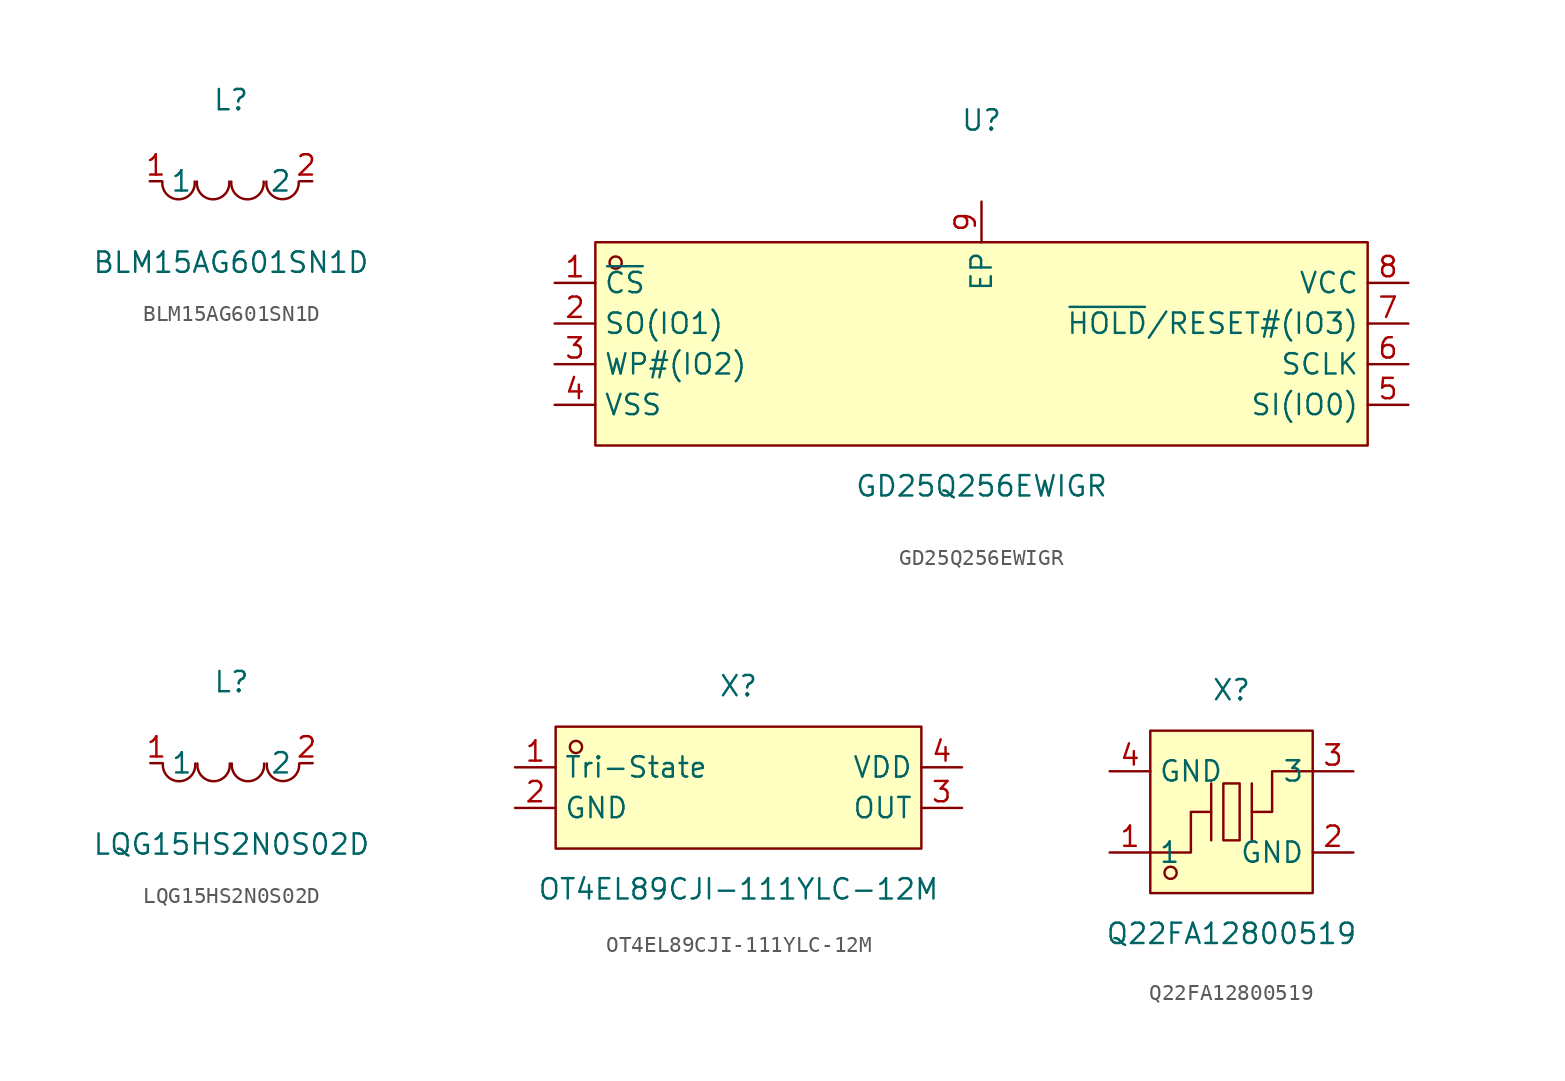
<source format=kicad_sym>
(kicad_symbol_lib
  (version 20241209)
  (generator "kicad_symbol_editor")
  (generator_version "9.0")
  (symbol "BLM15AG601SN1D"
    (property "Reference" "L"
      (at 0 5.08 0)
      (effects (font (size 1.27 1.27))))
    (property "Value" "BLM15AG601SN1D"
      (at 0 -5.08 0)
      (effects (font (size 1.27 1.27))))
    (symbol "BLM15AG601SN1D_0_1"
      (arc (start -4.29 -0.02) (mid -2.52 -0.79) (end -2.27 -0.02) (stroke (width 0) (type default) (color 0 0 0 0)) (fill (type none)))
      (arc (start -2.13 -0.02) (mid -0.36 -0.79) (end -0.11 -0.02) (stroke (width 0) (type default) (color 0 0 0 0)) (fill (type none)))
      (arc (start 0.02 -0.02) (mid 1.79 -0.79) (end 2.04 -0.02) (stroke (width 0) (type default) (color 0 0 0 0)) (fill (type none)))
      (arc (start 2.21 -0.02) (mid 3.30 -1.12) (end 4.23 -0.02) (stroke (width 0) (type default) (color 0 0 0 0)) (fill (type none)))
      (pin unspecified line (at 5.08 -0.00 180) (length 0.762) (name "2" (effects (font (size 1.27 1.27)))) (number "2" (effects (font (size 1.27 1.27)))))
      (pin unspecified line (at -5.08 -0.00 0) (length 0.762) (name "1" (effects (font (size 1.27 1.27)))) (number "1" (effects (font (size 1.27 1.27)))))))
  (symbol "GD25Q256EWIGR"
    (property "Reference" "U"
      (at 0 13.97 0)
      (effects (font (size 1.27 1.27))))
    (property "Value" "GD25Q256EWIGR"
      (at 0 -8.89 0)
      (effects (font (size 1.27 1.27))))
    (symbol "GD25Q256EWIGR_0_1"
      (rectangle (start -24.13 6.35) (end 24.13 -6.35) (stroke (width 0) (type default) (color 0 0 0 0)) (fill (type background)))
      (circle (center -22.86 5.08) (radius 0.38) (stroke (width 0) (type default) (color 0 0 0 0)) (fill (type none)))
      (pin unspecified line (at -26.67 3.81 0) (length 2.54) (name "~{CS}" (effects (font (size 1.27 1.27)))) (number "1" (effects (font (size 1.27 1.27)))))
      (pin unspecified line (at -26.67 1.27 0) (length 2.54) (name "SO(IO1)" (effects (font (size 1.27 1.27)))) (number "2" (effects (font (size 1.27 1.27)))))
      (pin unspecified line (at -26.67 -1.27 0) (length 2.54) (name "WP#(IO2)" (effects (font (size 1.27 1.27)))) (number "3" (effects (font (size 1.27 1.27)))))
      (pin unspecified line (at -26.67 -3.81 0) (length 2.54) (name "VSS" (effects (font (size 1.27 1.27)))) (number "4" (effects (font (size 1.27 1.27)))))
      (pin unspecified line (at 26.67 -3.81 180) (length 2.54) (name "SI(IO0)" (effects (font (size 1.27 1.27)))) (number "5" (effects (font (size 1.27 1.27)))))
      (pin unspecified line (at 26.67 -1.27 180) (length 2.54) (name "SCLK" (effects (font (size 1.27 1.27)))) (number "6" (effects (font (size 1.27 1.27)))))
      (pin unspecified line (at 26.67 1.27 180) (length 2.54) (name "~{HOLD}/RESET#(IO3)" (effects (font (size 1.27 1.27)))) (number "7" (effects (font (size 1.27 1.27)))))
      (pin unspecified line (at 26.67 3.81 180) (length 2.54) (name "VCC" (effects (font (size 1.27 1.27)))) (number "8" (effects (font (size 1.27 1.27)))))
      (pin unspecified line (at 0.00 8.89 270) (length 2.54) (name "EP" (effects (font (size 1.27 1.27)))) (number "9" (effects (font (size 1.27 1.27)))))))
  (symbol "LQG15HS2N0S02D"
    (property "Reference" "L"
      (at 0 5.08 0)
      (effects (font (size 1.27 1.27))))
    (property "Value" "LQG15HS2N0S02D"
      (at 0 -5.08 0)
      (effects (font (size 1.27 1.27))))
    (symbol "LQG15HS2N0S02D_0_1"
      (arc (start -4.29 -0.02) (mid -2.52 -0.79) (end -2.27 -0.02) (stroke (width 0) (type default) (color 0 0 0 0)) (fill (type none)))
      (arc (start -2.13 -0.02) (mid -0.36 -0.79) (end -0.11 -0.02) (stroke (width 0) (type default) (color 0 0 0 0)) (fill (type none)))
      (arc (start 0.02 -0.02) (mid 1.79 -0.79) (end 2.04 -0.02) (stroke (width 0) (type default) (color 0 0 0 0)) (fill (type none)))
      (arc (start 2.21 -0.02) (mid 3.30 -1.12) (end 4.23 -0.02) (stroke (width 0) (type default) (color 0 0 0 0)) (fill (type none)))
      (pin unspecified line (at 5.08 -0.00 180) (length 0.762) (name "2" (effects (font (size 1.27 1.27)))) (number "2" (effects (font (size 1.27 1.27)))))
      (pin unspecified line (at -5.08 -0.00 0) (length 0.762) (name "1" (effects (font (size 1.27 1.27)))) (number "1" (effects (font (size 1.27 1.27)))))))
  (symbol "OT4EL89CJI-111YLC-12M"
    (property "Reference" "X"
      (at 0 6.35 0)
      (effects (font (size 1.27 1.27))))
    (property "Value" "OT4EL89CJI-111YLC-12M"
      (at 0 -6.35 0)
      (effects (font (size 1.27 1.27))))
    (symbol "OT4EL89CJI-111YLC-12M_0_1"
      (rectangle (start -11.43 3.81) (end 11.43 -3.81) (stroke (width 0) (type default) (color 0 0 0 0)) (fill (type background)))
      (circle (center -10.16 2.54) (radius 0.38) (stroke (width 0) (type default) (color 0 0 0 0)) (fill (type none)))
      (pin unspecified line (at -13.97 1.27 0) (length 2.54) (name "Tri-State" (effects (font (size 1.27 1.27)))) (number "1" (effects (font (size 1.27 1.27)))))
      (pin unspecified line (at -13.97 -1.27 0) (length 2.54) (name "GND" (effects (font (size 1.27 1.27)))) (number "2" (effects (font (size 1.27 1.27)))))
      (pin unspecified line (at 13.97 -1.27 180) (length 2.54) (name "OUT" (effects (font (size 1.27 1.27)))) (number "3" (effects (font (size 1.27 1.27)))))
      (pin unspecified line (at 13.97 1.27 180) (length 2.54) (name "VDD" (effects (font (size 1.27 1.27)))) (number "4" (effects (font (size 1.27 1.27)))))))
  (symbol "Q22FA12800519"
    (property "Reference" "X"
      (at 0 7.62 0)
      (effects (font (size 1.27 1.27))))
    (property "Value" "Q22FA12800519"
      (at 0 -7.62 0)
      (effects (font (size 1.27 1.27))))
    (symbol "Q22FA12800519_0_1"
      (rectangle (start -5.08 5.08) (end 5.08 -5.08) (stroke (width 0) (type default) (color 0 0 0 0)) (fill (type background)))
      (rectangle (start -0.51 1.78) (end 0.51 -1.78) (stroke (width 0) (type default) (color 0 0 0 0)) (fill (type background)))
      (circle (center -3.81 -3.81) (radius 0.38) (stroke (width 0) (type default) (color 0 0 0 0)) (fill (type none)))
      (polyline (pts (xy -1.27 -1.78) (xy -1.27 1.78)) (stroke (width 0) (type default) (color 0 0 0 0)) (fill (type none)))
      (polyline (pts (xy 1.27 -1.78) (xy 1.27 1.78)) (stroke (width 0) (type default) (color 0 0 0 0)) (fill (type none)))
      (polyline (pts (xy -5.08 -2.54) (xy -2.54 -2.54) (xy -2.54 -0.00) (xy -1.27 -0.00)) (stroke (width 0) (type default) (color 0 0 0 0)) (fill (type none)))
      (polyline (pts (xy 5.08 2.54) (xy 2.54 2.54) (xy 2.54 -0.00) (xy 1.27 -0.00)) (stroke (width 0) (type default) (color 0 0 0 0)) (fill (type none)))
      (pin input line (at -7.62 -2.54 0) (length 2.54) (name "1" (effects (font (size 1.27 1.27)))) (number "1" (effects (font (size 1.27 1.27)))))
      (pin input line (at 7.62 2.54 180) (length 2.54) (name "3" (effects (font (size 1.27 1.27)))) (number "3" (effects (font (size 1.27 1.27)))))
      (pin input line (at -7.62 2.54 0) (length 2.54) (name "GND" (effects (font (size 1.27 1.27)))) (number "4" (effects (font (size 1.27 1.27)))))
      (pin input line (at 7.62 -2.54 180) (length 2.54) (name "GND" (effects (font (size 1.27 1.27)))) (number "2" (effects (font (size 1.27 1.27))))))))
</source>
